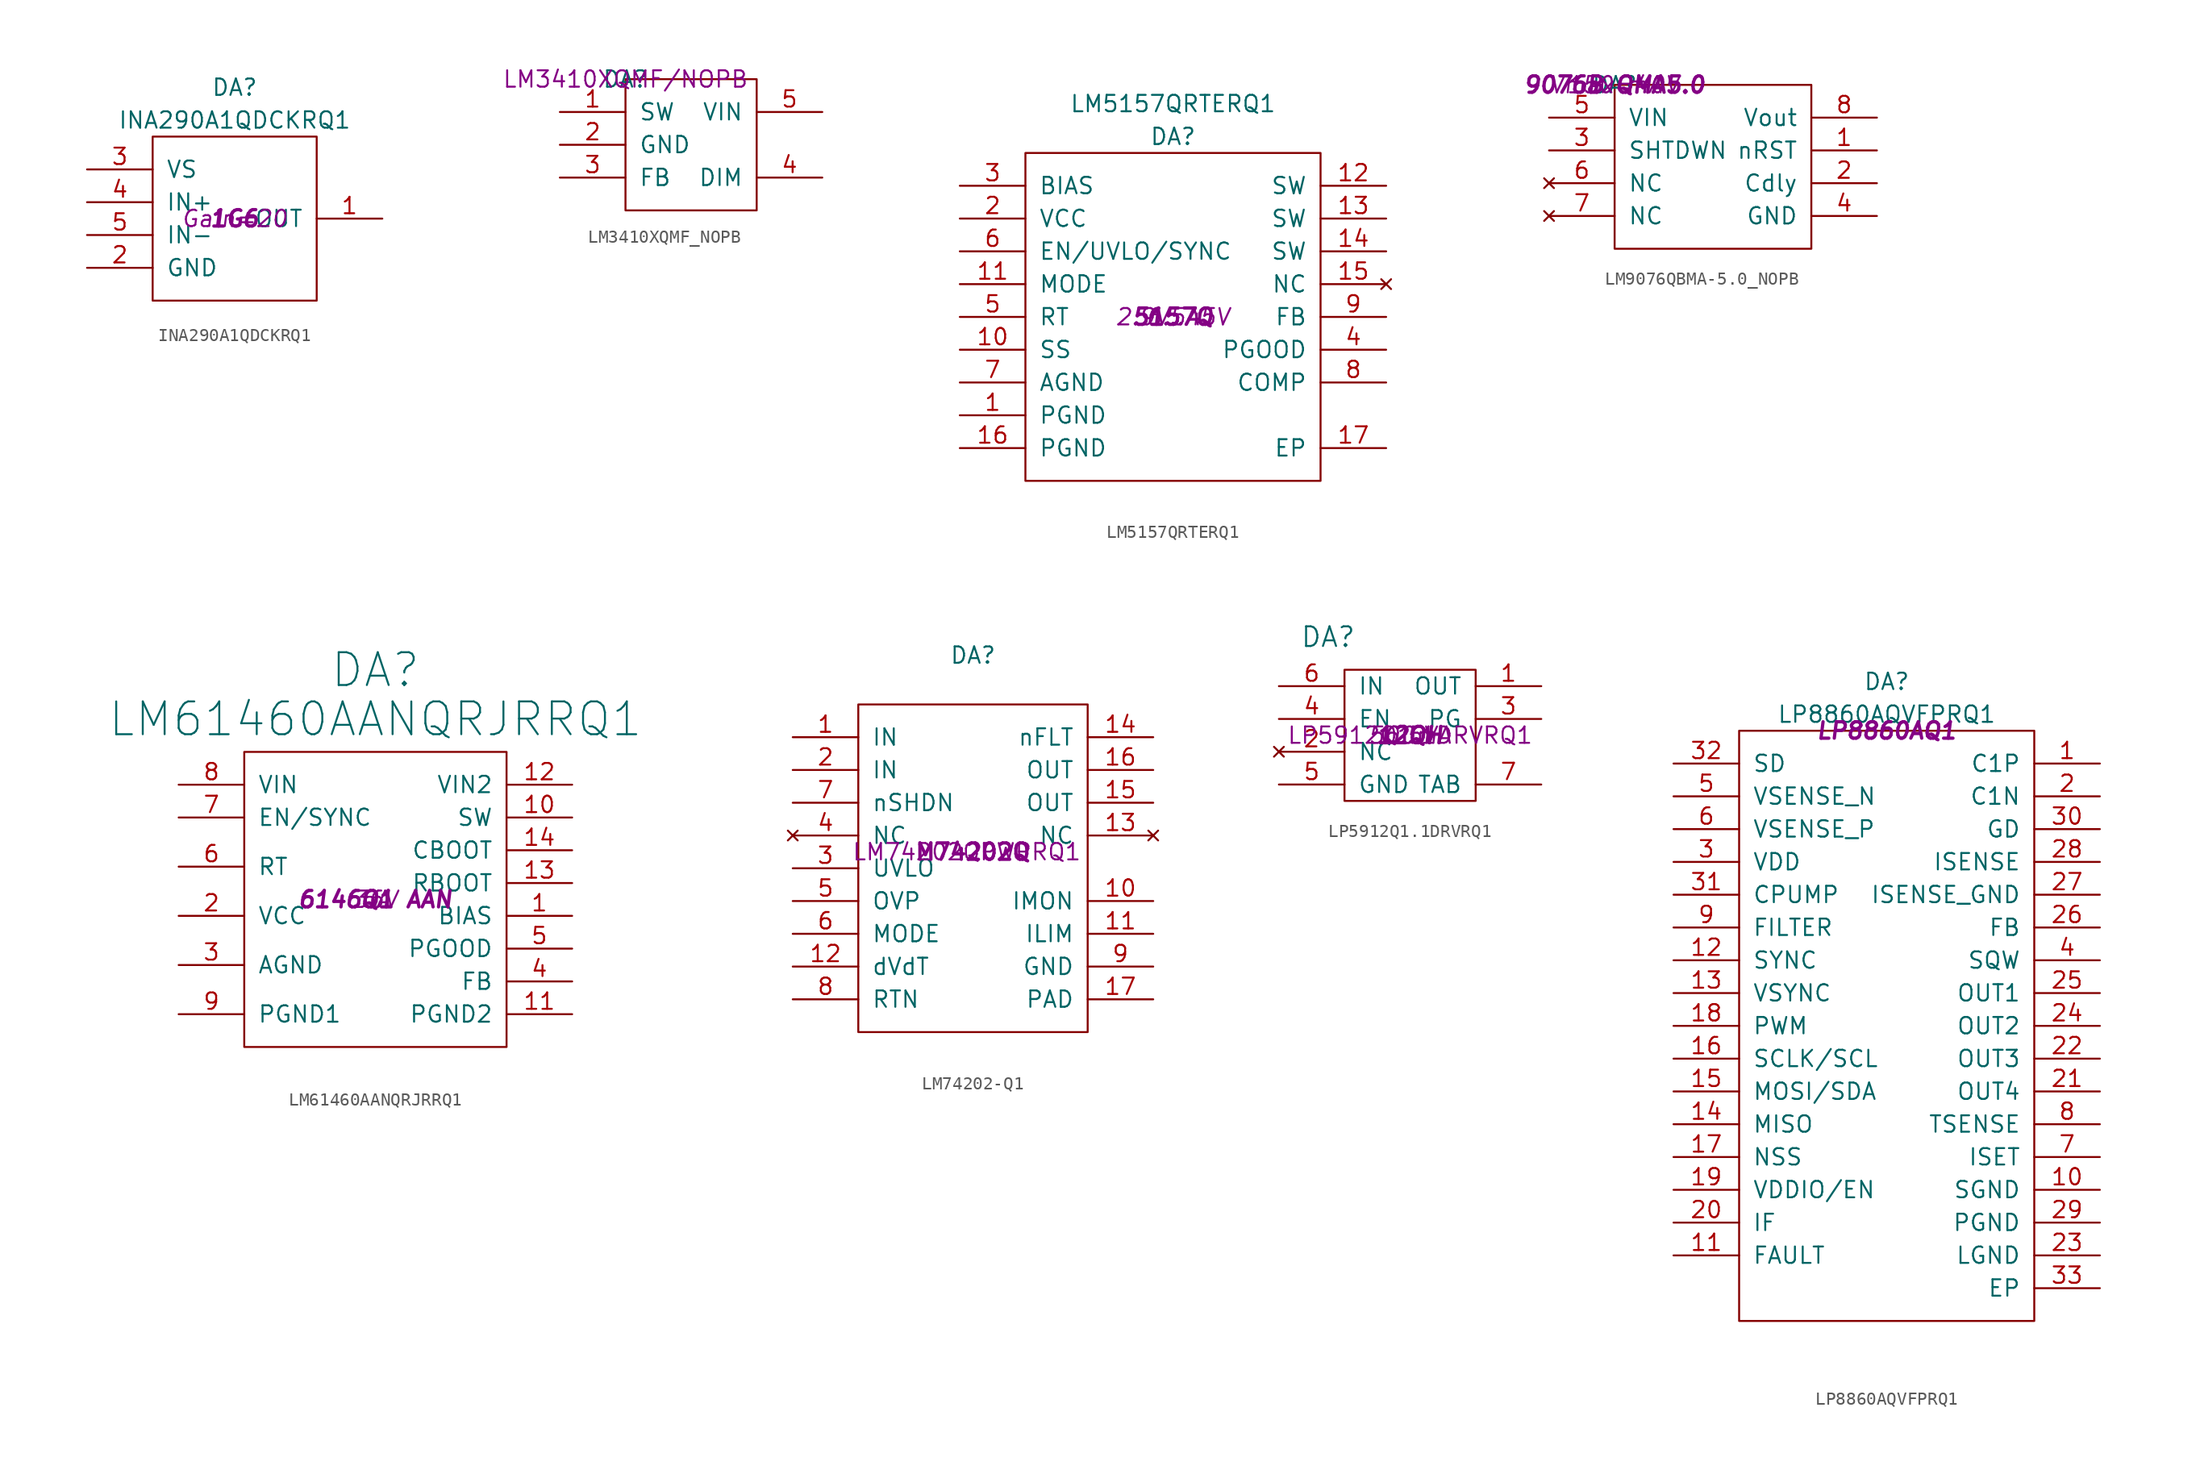
<source format=kicad_sym>
(kicad_symbol_lib
  (version 20211014)
  (generator kicad_symbol_editor)
  (symbol "INA290A1QDCKRQ1"
    (pin_names
      (offset 1.016))
    (property "Reference" "DA"
      (at 0 10.16 0)
      (effects (font (size 1.27 1.27))))
    (property "Value" "INA290A1QDCKRQ1"
      (at 0 7.62 0)
      (effects (font (size 1.27 1.27))))
    (property "Mark" "1G6"
      (at 0 0 0)
      (effects (font (size 1.27 1.27) bold italic)))
    (property "Gain" "Gain=20"
      (at 0 0 0)
      (effects (font (size 1.27 1.27) italic)))
    (symbol "INA290A1QDCKRQ1_0_1"
      (rectangle (start -6.35 6.35) (end 6.35 -6.35) (stroke (width 0) (type default) (color 0 0 0 0)) (fill (type none))))
    (symbol "INA290A1QDCKRQ1_1_1"
      (pin passive line (at 11.43 0 180) (length 5.08) (name "OUT" (effects (font (size 1.27 1.27)))) (number "1" (effects (font (size 1.27 1.27)))))
      (pin passive line (at -11.43 -3.81 0) (length 5.08) (name "GND" (effects (font (size 1.27 1.27)))) (number "2" (effects (font (size 1.27 1.27)))))
      (pin passive line (at -11.43 3.81 0) (length 5.08) (name "VS" (effects (font (size 1.27 1.27)))) (number "3" (effects (font (size 1.27 1.27)))))
      (pin passive line (at -11.43 1.27 0) (length 5.08) (name "IN+" (effects (font (size 1.27 1.27)))) (number "4" (effects (font (size 1.27 1.27)))))
      (pin passive line (at -11.43 -1.27 0) (length 5.08) (name "IN-" (effects (font (size 1.27 1.27)))) (number "5" (effects (font (size 1.27 1.27)))))))
  (symbol "LM3410XQMF_NOPB"
    (pin_names
      (offset 1.016))
    (property "Reference" "DA"
      (at 0 0 0)
      (effects (font (size 1.27 1.27))))
    (property "p/n" "LM3410XQMF/NOPB"
      (at 0 0 0)
      (effects (font (size 1.27 1.27))))
    (symbol "LM3410XQMF_NOPB_0_1"
      (rectangle (start 0 0) (end 10.16 -10.16) (stroke (width 0) (type default) (color 0 0 0 0)) (fill (type none))))
    (symbol "LM3410XQMF_NOPB_1_1"
      (pin passive line (at -5.08 -2.54 0) (length 5.08) (name "SW" (effects (font (size 1.27 1.27)))) (number "1" (effects (font (size 1.27 1.27)))))
      (pin passive line (at -5.08 -5.08 0) (length 5.08) (name "GND" (effects (font (size 1.27 1.27)))) (number "2" (effects (font (size 1.27 1.27)))))
      (pin passive line (at -5.08 -7.62 0) (length 5.08) (name "FB" (effects (font (size 1.27 1.27)))) (number "3" (effects (font (size 1.27 1.27)))))
      (pin passive line (at 15.24 -7.62 180) (length 5.08) (name "DIM" (effects (font (size 1.27 1.27)))) (number "4" (effects (font (size 1.27 1.27)))))
      (pin passive line (at 15.24 -2.54 180) (length 5.08) (name "VIN" (effects (font (size 1.27 1.27)))) (number "5" (effects (font (size 1.27 1.27)))))))
  (symbol "LM5157QRTERQ1"
    (pin_names
      (offset 1.016))
    (property "Reference" "DA"
      (at 0 13.97 0)
      (effects (font (size 1.27 1.27))))
    (property "Value" "LM5157QRTERQ1"
      (at 0 16.51 0)
      (effects (font (size 1.27 1.27))))
    (property "Mark" "5157Q"
      (at 0 0 0)
      (effects (font (size 1.27 1.27) bold italic)))
    (property "Vin" "2.9V..45V"
      (at 0 0 0)
      (effects (font (size 1.27 1.27) italic)))
    (property "Iin" "6.5A"
      (at 0 0 0)
      (effects (font (size 1.27 1.27) italic)))
    (symbol "LM5157QRTERQ1_0_1"
      (rectangle (start -11.43 12.7) (end 11.43 -12.7) (stroke (width 0) (type default) (color 0 0 0 0)) (fill (type none))))
    (symbol "LM5157QRTERQ1_1_1"
      (pin passive line (at -16.51 -7.62 0) (length 5.08) (name "PGND" (effects (font (size 1.27 1.27)))) (number "1" (effects (font (size 1.27 1.27)))))
      (pin passive line (at -16.51 -2.54 0) (length 5.08) (name "SS" (effects (font (size 1.27 1.27)))) (number "10" (effects (font (size 1.27 1.27)))))
      (pin passive line (at -16.51 2.54 0) (length 5.08) (name "MODE" (effects (font (size 1.27 1.27)))) (number "11" (effects (font (size 1.27 1.27)))))
      (pin passive line (at 16.51 10.16 180) (length 5.08) (name "SW" (effects (font (size 1.27 1.27)))) (number "12" (effects (font (size 1.27 1.27)))))
      (pin passive line (at 16.51 7.62 180) (length 5.08) (name "SW" (effects (font (size 1.27 1.27)))) (number "13" (effects (font (size 1.27 1.27)))))
      (pin passive line (at 16.51 5.08 180) (length 5.08) (name "SW" (effects (font (size 1.27 1.27)))) (number "14" (effects (font (size 1.27 1.27)))))
      (pin no_connect line (at 16.51 2.54 180) (length 5.08) (name "NC" (effects (font (size 1.27 1.27)))) (number "15" (effects (font (size 1.27 1.27)))))
      (pin passive line (at -16.51 -10.16 0) (length 5.08) (name "PGND" (effects (font (size 1.27 1.27)))) (number "16" (effects (font (size 1.27 1.27)))))
      (pin passive line (at 16.51 -10.16 180) (length 5.08) (name "EP" (effects (font (size 1.27 1.27)))) (number "17" (effects (font (size 1.27 1.27)))))
      (pin passive line (at -16.51 7.62 0) (length 5.08) (name "VCC" (effects (font (size 1.27 1.27)))) (number "2" (effects (font (size 1.27 1.27)))))
      (pin passive line (at -16.51 10.16 0) (length 5.08) (name "BIAS" (effects (font (size 1.27 1.27)))) (number "3" (effects (font (size 1.27 1.27)))))
      (pin passive line (at 16.51 -2.54 180) (length 5.08) (name "PGOOD" (effects (font (size 1.27 1.27)))) (number "4" (effects (font (size 1.27 1.27)))))
      (pin passive line (at -16.51 0 0) (length 5.08) (name "RT" (effects (font (size 1.27 1.27)))) (number "5" (effects (font (size 1.27 1.27)))))
      (pin passive line (at -16.51 5.08 0) (length 5.08) (name "EN/UVLO/SYNC" (effects (font (size 1.27 1.27)))) (number "6" (effects (font (size 1.27 1.27)))))
      (pin passive line (at -16.51 -5.08 0) (length 5.08) (name "AGND" (effects (font (size 1.27 1.27)))) (number "7" (effects (font (size 1.27 1.27)))))
      (pin passive line (at 16.51 -5.08 180) (length 5.08) (name "COMP" (effects (font (size 1.27 1.27)))) (number "8" (effects (font (size 1.27 1.27)))))
      (pin passive line (at 16.51 0 180) (length 5.08) (name "FB" (effects (font (size 1.27 1.27)))) (number "9" (effects (font (size 1.27 1.27)))))))
  (symbol "LM9076QBMA-5.0_NOPB"
    (pin_names
      (offset 1.016))
    (property "Reference" "DA"
      (at 0 0 0)
      (effects (font (size 1.27 1.27))))
    (property "Mark" "9076B QMA5.0"
      (at 0 0 0)
      (effects (font (size 1.27 1.27) bold italic)))
    (property "Vmax" "Vmax=40V"
      (at 0 0 0)
      (effects (font (size 1.27 1.27) italic)))
    (property "Imax" "150 mA"
      (at 0 0 0)
      (effects (font (size 1.27 1.27) italic)))
    (symbol "LM9076QBMA-5.0_NOPB_0_1"
      (rectangle (start 0 0) (end 15.24 -12.7) (stroke (width 0) (type default) (color 0 0 0 0)) (fill (type none))))
    (symbol "LM9076QBMA-5.0_NOPB_1_1"
      (pin passive line (at 20.32 -5.08 180) (length 5.08) (name "nRST" (effects (font (size 1.27 1.27)))) (number "1" (effects (font (size 1.27 1.27)))))
      (pin passive line (at 20.32 -7.62 180) (length 5.08) (name "Cdly" (effects (font (size 1.27 1.27)))) (number "2" (effects (font (size 1.27 1.27)))))
      (pin passive line (at -5.08 -5.08 0) (length 5.08) (name "SHTDWN" (effects (font (size 1.27 1.27)))) (number "3" (effects (font (size 1.27 1.27)))))
      (pin passive line (at 20.32 -10.16 180) (length 5.08) (name "GND" (effects (font (size 1.27 1.27)))) (number "4" (effects (font (size 1.27 1.27)))))
      (pin passive line (at -5.08 -2.54 0) (length 5.08) (name "VIN" (effects (font (size 1.27 1.27)))) (number "5" (effects (font (size 1.27 1.27)))))
      (pin no_connect line (at -5.08 -7.62 0) (length 5.08) (name "NC" (effects (font (size 1.27 1.27)))) (number "6" (effects (font (size 1.27 1.27)))))
      (pin no_connect line (at -5.08 -10.16 0) (length 5.08) (name "NC" (effects (font (size 1.27 1.27)))) (number "7" (effects (font (size 1.27 1.27)))))
      (pin passive line (at 20.32 -2.54 180) (length 5.08) (name "Vout" (effects (font (size 1.27 1.27)))) (number "8" (effects (font (size 1.27 1.27)))))))
  (symbol "LM61460AANQRJRRQ1"
    (pin_names
      (offset 1.016))
    (property "Reference" "DA"
      (at 0 17.78 0)
      (effects (font (size 2.54 2.54))))
    (property "Value" "LM61460AANQRJRRQ1"
      (at 0 13.97 0)
      (effects (font (size 2.54 2.54))))
    (property "Imax" "6A"
      (at 0 0 0)
      (effects (font (size 1.27 1.27) italic)))
    (property "Vmax" "36V"
      (at 0 0 0)
      (effects (font (size 1.27 1.27) italic)))
    (property "Mark" "6146Q1 AAN"
      (at 0 0 0)
      (effects (font (size 1.27 1.27) bold italic)))
    (symbol "LM61460AANQRJRRQ1_0_1"
      (rectangle (start -10.16 11.43) (end 10.16 -11.43) (stroke (width 0) (type default) (color 0 0 0 0)) (fill (type none))))
    (symbol "LM61460AANQRJRRQ1_1_1"
      (pin passive line (at 15.24 -1.27 180) (length 5.08) (name "BIAS" (effects (font (size 1.27 1.27)))) (number "1" (effects (font (size 1.27 1.27)))))
      (pin passive line (at 15.24 6.35 180) (length 5.08) (name "SW" (effects (font (size 1.27 1.27)))) (number "10" (effects (font (size 1.27 1.27)))))
      (pin passive line (at 15.24 -8.89 180) (length 5.08) (name "PGND2" (effects (font (size 1.27 1.27)))) (number "11" (effects (font (size 1.27 1.27)))))
      (pin passive line (at 15.24 8.89 180) (length 5.08) (name "VIN2" (effects (font (size 1.27 1.27)))) (number "12" (effects (font (size 1.27 1.27)))))
      (pin passive line (at 15.24 1.27 180) (length 5.08) (name "RBOOT" (effects (font (size 1.27 1.27)))) (number "13" (effects (font (size 1.27 1.27)))))
      (pin passive line (at 15.24 3.81 180) (length 5.08) (name "CBOOT" (effects (font (size 1.27 1.27)))) (number "14" (effects (font (size 1.27 1.27)))))
      (pin passive line (at -15.24 -1.27 0) (length 5.08) (name "VCC" (effects (font (size 1.27 1.27)))) (number "2" (effects (font (size 1.27 1.27)))))
      (pin passive line (at -15.24 -5.08 0) (length 5.08) (name "AGND" (effects (font (size 1.27 1.27)))) (number "3" (effects (font (size 1.27 1.27)))))
      (pin passive line (at 15.24 -6.35 180) (length 5.08) (name "FB" (effects (font (size 1.27 1.27)))) (number "4" (effects (font (size 1.27 1.27)))))
      (pin passive line (at 15.24 -3.81 180) (length 5.08) (name "PGOOD" (effects (font (size 1.27 1.27)))) (number "5" (effects (font (size 1.27 1.27)))))
      (pin passive line (at -15.24 2.54 0) (length 5.08) (name "RT" (effects (font (size 1.27 1.27)))) (number "6" (effects (font (size 1.27 1.27)))))
      (pin passive line (at -15.24 6.35 0) (length 5.08) (name "EN/SYNC" (effects (font (size 1.27 1.27)))) (number "7" (effects (font (size 1.27 1.27)))))
      (pin passive line (at -15.24 8.89 0) (length 5.08) (name "VIN" (effects (font (size 1.27 1.27)))) (number "8" (effects (font (size 1.27 1.27)))))
      (pin passive line (at -15.24 -8.89 0) (length 5.08) (name "PGND1" (effects (font (size 1.27 1.27)))) (number "9" (effects (font (size 1.27 1.27)))))))
  (symbol "LM74202-Q1"
    (pin_names
      (offset 1.016))
    (property "Reference" "DA"
      (at 0 15.24 0)
      (effects (font (size 1.27 1.27))))
    (property "p/n" "LM74202QPWPRQ1 "
      (at 0 0 0)
      (effects (font (size 1.27 1.27))))
    (property "Mark" "M74202Q"
      (at 0 0 0)
      (effects (font (size 1.27 1.27) bold)))
    (symbol "LM74202-Q1_0_1"
      (rectangle (start -8.89 11.43) (end 8.89 -13.97) (stroke (width 0) (type default) (color 0 0 0 0)) (fill (type none))))
    (symbol "LM74202-Q1_1_1"
      (pin passive line (at -13.97 8.89 0) (length 5.08) (name "IN" (effects (font (size 1.27 1.27)))) (number "1" (effects (font (size 1.27 1.27)))))
      (pin passive line (at 13.97 -3.81 180) (length 5.08) (name "IMON" (effects (font (size 1.27 1.27)))) (number "10" (effects (font (size 1.27 1.27)))))
      (pin passive line (at 13.97 -6.35 180) (length 5.08) (name "ILIM" (effects (font (size 1.27 1.27)))) (number "11" (effects (font (size 1.27 1.27)))))
      (pin passive line (at -13.97 -8.89 0) (length 5.08) (name "dVdT" (effects (font (size 1.27 1.27)))) (number "12" (effects (font (size 1.27 1.27)))))
      (pin no_connect line (at 13.97 1.27 180) (length 5.08) (name "NC" (effects (font (size 1.27 1.27)))) (number "13" (effects (font (size 1.27 1.27)))))
      (pin passive line (at 13.97 8.89 180) (length 5.08) (name "nFLT" (effects (font (size 1.27 1.27)))) (number "14" (effects (font (size 1.27 1.27)))))
      (pin passive line (at 13.97 3.81 180) (length 5.08) (name "OUT" (effects (font (size 1.27 1.27)))) (number "15" (effects (font (size 1.27 1.27)))))
      (pin passive line (at 13.97 6.35 180) (length 5.08) (name "OUT" (effects (font (size 1.27 1.27)))) (number "16" (effects (font (size 1.27 1.27)))))
      (pin passive line (at 13.97 -11.43 180) (length 5.08) (name "PAD" (effects (font (size 1.27 1.27)))) (number "17" (effects (font (size 1.27 1.27)))))
      (pin passive line (at -13.97 6.35 0) (length 5.08) (name "IN" (effects (font (size 1.27 1.27)))) (number "2" (effects (font (size 1.27 1.27)))))
      (pin passive line (at -13.97 -1.27 0) (length 5.08) (name "UVLO" (effects (font (size 1.27 1.27)))) (number "3" (effects (font (size 1.27 1.27)))))
      (pin no_connect line (at -13.97 1.27 0) (length 5.08) (name "NC" (effects (font (size 1.27 1.27)))) (number "4" (effects (font (size 1.27 1.27)))))
      (pin passive line (at -13.97 -3.81 0) (length 5.08) (name "OVP" (effects (font (size 1.27 1.27)))) (number "5" (effects (font (size 1.27 1.27)))))
      (pin passive line (at -13.97 -6.35 0) (length 5.08) (name "MODE" (effects (font (size 1.27 1.27)))) (number "6" (effects (font (size 1.27 1.27)))))
      (pin passive line (at -13.97 3.81 0) (length 5.08) (name "nSHDN" (effects (font (size 1.27 1.27)))) (number "7" (effects (font (size 1.27 1.27)))))
      (pin passive line (at -13.97 -11.43 0) (length 5.08) (name "RTN" (effects (font (size 1.27 1.27)))) (number "8" (effects (font (size 1.27 1.27)))))
      (pin passive line (at 13.97 -8.89 180) (length 5.08) (name "GND" (effects (font (size 1.27 1.27)))) (number "9" (effects (font (size 1.27 1.27)))))))
  (symbol "LP5912Q1.1DRVRQ1"
    (pin_names
      (offset 1.016))
    (property "Reference" "DA"
      (at -6.35 7.62 0)
      (effects (font (size 1.524 1.524))))
    (property "p/n" "LP5912Q1.1DRVRQ1"
      (at 0 0 0)
      (effects (font (size 1.27 1.27))))
    (property "Mark" "12QH"
      (at 0 0 0)
      (effects (font (size 1.27 1.27) bold italic)))
    (property "Vmax" "6.5V"
      (at 0 0 0)
      (effects (font (size 1.27 1.27) italic)))
    (property "Imax" "500mA"
      (at 0 0 0)
      (effects (font (size 1.27 1.27) italic)))
    (symbol "LP5912Q1.1DRVRQ1_0_1"
      (rectangle (start -5.08 5.08) (end 5.08 -5.08) (stroke (width 0) (type default) (color 0 0 0 0)) (fill (type none))))
    (symbol "LP5912Q1.1DRVRQ1_1_1"
      (pin passive line (at 10.16 3.81 180) (length 5.08) (name "OUT" (effects (font (size 1.27 1.27)))) (number "1" (effects (font (size 1.27 1.27)))))
      (pin no_connect line (at -10.16 -1.27 0) (length 5.08) (name "NC" (effects (font (size 1.27 1.27)))) (number "2" (effects (font (size 1.27 1.27)))))
      (pin open_collector line (at 10.16 1.27 180) (length 5.08) (name "PG" (effects (font (size 1.27 1.27)))) (number "3" (effects (font (size 1.27 1.27)))))
      (pin input line (at -10.16 1.27 0) (length 5.08) (name "EN" (effects (font (size 1.27 1.27)))) (number "4" (effects (font (size 1.27 1.27)))))
      (pin power_in line (at -10.16 -3.81 0) (length 5.08) (name "GND" (effects (font (size 1.27 1.27)))) (number "5" (effects (font (size 1.27 1.27)))))
      (pin passive line (at -10.16 3.81 0) (length 5.08) (name "IN" (effects (font (size 1.27 1.27)))) (number "6" (effects (font (size 1.27 1.27)))))
      (pin passive line (at 10.16 -3.81 180) (length 5.08) (name "TAB" (effects (font (size 1.27 1.27)))) (number "7" (effects (font (size 1.27 1.27)))))))
  (symbol "LP8860AQVFPRQ1"
    (pin_names
      (offset 1.016))
    (property "Reference" "DA"
      (at 0 3.81 0)
      (effects (font (size 1.27 1.27))))
    (property "Value" "LP8860AQVFPRQ1"
      (at 0 1.27 0)
      (effects (font (size 1.27 1.27))))
    (property "Mark" "LP8860AQ1"
      (at 0 0 0)
      (effects (font (size 1.27 1.27) bold italic)))
    (symbol "LP8860AQVFPRQ1_0_1"
      (rectangle (start -11.43 0) (end 11.43 -45.72) (stroke (width 0) (type default) (color 0 0 0 0)) (fill (type none))))
    (symbol "LP8860AQVFPRQ1_1_1"
      (pin passive line (at 16.51 -2.54 180) (length 5.08) (name "C1P" (effects (font (size 1.27 1.27)))) (number "1" (effects (font (size 1.27 1.27)))))
      (pin passive line (at 16.51 -35.56 180) (length 5.08) (name "SGND" (effects (font (size 1.27 1.27)))) (number "10" (effects (font (size 1.27 1.27)))))
      (pin passive line (at -16.51 -40.64 0) (length 5.08) (name "FAULT" (effects (font (size 1.27 1.27)))) (number "11" (effects (font (size 1.27 1.27)))))
      (pin passive line (at -16.51 -17.78 0) (length 5.08) (name "SYNC" (effects (font (size 1.27 1.27)))) (number "12" (effects (font (size 1.27 1.27)))))
      (pin passive line (at -16.51 -20.32 0) (length 5.08) (name "VSYNC" (effects (font (size 1.27 1.27)))) (number "13" (effects (font (size 1.27 1.27)))))
      (pin passive line (at -16.51 -30.48 0) (length 5.08) (name "MISO" (effects (font (size 1.27 1.27)))) (number "14" (effects (font (size 1.27 1.27)))))
      (pin passive line (at -16.51 -27.94 0) (length 5.08) (name "MOSI/SDA" (effects (font (size 1.27 1.27)))) (number "15" (effects (font (size 1.27 1.27)))))
      (pin passive line (at -16.51 -25.4 0) (length 5.08) (name "SCLK/SCL" (effects (font (size 1.27 1.27)))) (number "16" (effects (font (size 1.27 1.27)))))
      (pin passive line (at -16.51 -33.02 0) (length 5.08) (name "NSS" (effects (font (size 1.27 1.27)))) (number "17" (effects (font (size 1.27 1.27)))))
      (pin passive line (at -16.51 -22.86 0) (length 5.08) (name "PWM" (effects (font (size 1.27 1.27)))) (number "18" (effects (font (size 1.27 1.27)))))
      (pin passive line (at -16.51 -35.56 0) (length 5.08) (name "VDDIO/EN" (effects (font (size 1.27 1.27)))) (number "19" (effects (font (size 1.27 1.27)))))
      (pin passive line (at 16.51 -5.08 180) (length 5.08) (name "C1N" (effects (font (size 1.27 1.27)))) (number "2" (effects (font (size 1.27 1.27)))))
      (pin passive line (at -16.51 -38.1 0) (length 5.08) (name "IF" (effects (font (size 1.27 1.27)))) (number "20" (effects (font (size 1.27 1.27)))))
      (pin passive line (at 16.51 -27.94 180) (length 5.08) (name "OUT4" (effects (font (size 1.27 1.27)))) (number "21" (effects (font (size 1.27 1.27)))))
      (pin passive line (at 16.51 -25.4 180) (length 5.08) (name "OUT3" (effects (font (size 1.27 1.27)))) (number "22" (effects (font (size 1.27 1.27)))))
      (pin passive line (at 16.51 -40.64 180) (length 5.08) (name "LGND" (effects (font (size 1.27 1.27)))) (number "23" (effects (font (size 1.27 1.27)))))
      (pin passive line (at 16.51 -22.86 180) (length 5.08) (name "OUT2" (effects (font (size 1.27 1.27)))) (number "24" (effects (font (size 1.27 1.27)))))
      (pin passive line (at 16.51 -20.32 180) (length 5.08) (name "OUT1" (effects (font (size 1.27 1.27)))) (number "25" (effects (font (size 1.27 1.27)))))
      (pin passive line (at 16.51 -15.24 180) (length 5.08) (name "FB" (effects (font (size 1.27 1.27)))) (number "26" (effects (font (size 1.27 1.27)))))
      (pin passive line (at 16.51 -12.7 180) (length 5.08) (name "ISENSE_GND" (effects (font (size 1.27 1.27)))) (number "27" (effects (font (size 1.27 1.27)))))
      (pin passive line (at 16.51 -10.16 180) (length 5.08) (name "ISENSE" (effects (font (size 1.27 1.27)))) (number "28" (effects (font (size 1.27 1.27)))))
      (pin passive line (at 16.51 -38.1 180) (length 5.08) (name "PGND" (effects (font (size 1.27 1.27)))) (number "29" (effects (font (size 1.27 1.27)))))
      (pin passive line (at -16.51 -10.16 0) (length 5.08) (name "VDD" (effects (font (size 1.27 1.27)))) (number "3" (effects (font (size 1.27 1.27)))))
      (pin passive line (at 16.51 -7.62 180) (length 5.08) (name "GD" (effects (font (size 1.27 1.27)))) (number "30" (effects (font (size 1.27 1.27)))))
      (pin passive line (at -16.51 -12.7 0) (length 5.08) (name "CPUMP" (effects (font (size 1.27 1.27)))) (number "31" (effects (font (size 1.27 1.27)))))
      (pin passive line (at -16.51 -2.54 0) (length 5.08) (name "SD" (effects (font (size 1.27 1.27)))) (number "32" (effects (font (size 1.27 1.27)))))
      (pin passive line (at 16.51 -43.18 180) (length 5.08) (name "EP" (effects (font (size 1.27 1.27)))) (number "33" (effects (font (size 1.27 1.27)))))
      (pin passive line (at 16.51 -17.78 180) (length 5.08) (name "SQW" (effects (font (size 1.27 1.27)))) (number "4" (effects (font (size 1.27 1.27)))))
      (pin passive line (at -16.51 -5.08 0) (length 5.08) (name "VSENSE_N" (effects (font (size 1.27 1.27)))) (number "5" (effects (font (size 1.27 1.27)))))
      (pin passive line (at -16.51 -7.62 0) (length 5.08) (name "VSENSE_P" (effects (font (size 1.27 1.27)))) (number "6" (effects (font (size 1.27 1.27)))))
      (pin passive line (at 16.51 -33.02 180) (length 5.08) (name "ISET" (effects (font (size 1.27 1.27)))) (number "7" (effects (font (size 1.27 1.27)))))
      (pin passive line (at 16.51 -30.48 180) (length 5.08) (name "TSENSE" (effects (font (size 1.27 1.27)))) (number "8" (effects (font (size 1.27 1.27)))))
      (pin passive line (at -16.51 -15.24 0) (length 5.08) (name "FILTER" (effects (font (size 1.27 1.27)))) (number "9" (effects (font (size 1.27 1.27))))))))
</source>
